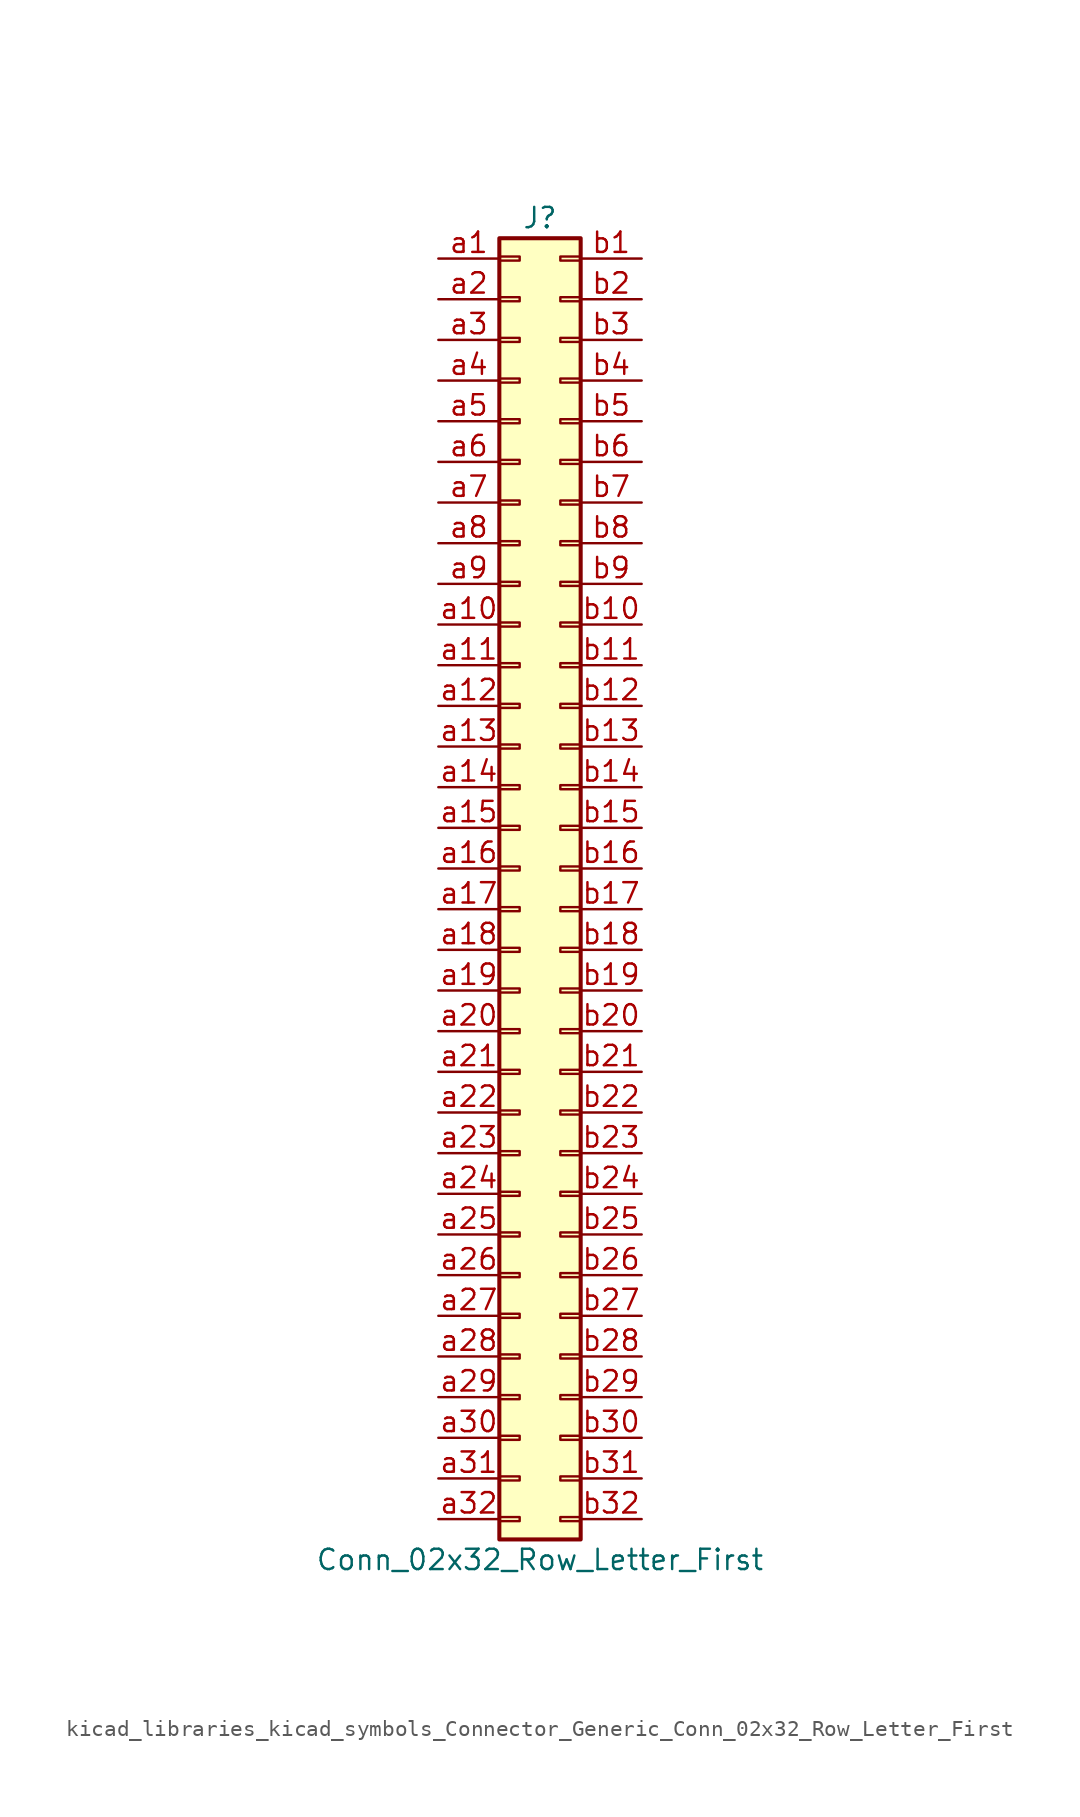
<source format=kicad_sym>
(kicad_symbol_lib
  (version 20220914)
  (generator kicad_symbol_editor)
  (symbol "kicad_libraries_kicad_symbols_Connector_Generic_Conn_02x32_Row_Letter_First"
    (pin_names
      (offset 1.016) hide)
    (property "Reference" "J"
      (at 1.27 40.64 0)
      (effects (font (size 1.27 1.27))))
    (property "Value" "Conn_02x32_Row_Letter_First"
      (at 1.27 -43.18 0)
      (effects (font (size 1.27 1.27))))
    (symbol "kicad_libraries_kicad_symbols_Connector_Generic_Conn_02x32_Row_Letter_First_1_1"
      (rectangle (start -1.27 -40.513) (end 0 -40.767) (stroke (width 0.152) (type default)) (fill (type none)))
      (rectangle (start -1.27 -37.973) (end 0 -38.227) (stroke (width 0.152) (type default)) (fill (type none)))
      (rectangle (start -1.27 -35.433) (end 0 -35.687) (stroke (width 0.152) (type default)) (fill (type none)))
      (rectangle (start -1.27 -32.893) (end 0 -33.147) (stroke (width 0.152) (type default)) (fill (type none)))
      (rectangle (start -1.27 -30.353) (end 0 -30.607) (stroke (width 0.152) (type default)) (fill (type none)))
      (rectangle (start -1.27 -27.813) (end 0 -28.067) (stroke (width 0.152) (type default)) (fill (type none)))
      (rectangle (start -1.27 -25.273) (end 0 -25.527) (stroke (width 0.152) (type default)) (fill (type none)))
      (rectangle (start -1.27 -22.733) (end 0 -22.987) (stroke (width 0.152) (type default)) (fill (type none)))
      (rectangle (start -1.27 -20.193) (end 0 -20.447) (stroke (width 0.152) (type default)) (fill (type none)))
      (rectangle (start -1.27 -17.653) (end 0 -17.907) (stroke (width 0.152) (type default)) (fill (type none)))
      (rectangle (start -1.27 -15.113) (end 0 -15.367) (stroke (width 0.152) (type default)) (fill (type none)))
      (rectangle (start -1.27 -12.573) (end 0 -12.827) (stroke (width 0.152) (type default)) (fill (type none)))
      (rectangle (start -1.27 -10.033) (end 0 -10.287) (stroke (width 0.152) (type default)) (fill (type none)))
      (rectangle (start -1.27 -7.493) (end 0 -7.747) (stroke (width 0.152) (type default)) (fill (type none)))
      (rectangle (start -1.27 -4.953) (end 0 -5.207) (stroke (width 0.152) (type default)) (fill (type none)))
      (rectangle (start -1.27 -2.413) (end 0 -2.667) (stroke (width 0.152) (type default)) (fill (type none)))
      (rectangle (start -1.27 0.127) (end 0 -0.127) (stroke (width 0.152) (type default)) (fill (type none)))
      (rectangle (start -1.27 2.667) (end 0 2.413) (stroke (width 0.152) (type default)) (fill (type none)))
      (rectangle (start -1.27 5.207) (end 0 4.953) (stroke (width 0.152) (type default)) (fill (type none)))
      (rectangle (start -1.27 7.747) (end 0 7.493) (stroke (width 0.152) (type default)) (fill (type none)))
      (rectangle (start -1.27 10.287) (end 0 10.033) (stroke (width 0.152) (type default)) (fill (type none)))
      (rectangle (start -1.27 12.827) (end 0 12.573) (stroke (width 0.152) (type default)) (fill (type none)))
      (rectangle (start -1.27 15.367) (end 0 15.113) (stroke (width 0.152) (type default)) (fill (type none)))
      (rectangle (start -1.27 17.907) (end 0 17.653) (stroke (width 0.152) (type default)) (fill (type none)))
      (rectangle (start -1.27 20.447) (end 0 20.193) (stroke (width 0.152) (type default)) (fill (type none)))
      (rectangle (start -1.27 22.987) (end 0 22.733) (stroke (width 0.152) (type default)) (fill (type none)))
      (rectangle (start -1.27 25.527) (end 0 25.273) (stroke (width 0.152) (type default)) (fill (type none)))
      (rectangle (start -1.27 28.067) (end 0 27.813) (stroke (width 0.152) (type default)) (fill (type none)))
      (rectangle (start -1.27 30.607) (end 0 30.353) (stroke (width 0.152) (type default)) (fill (type none)))
      (rectangle (start -1.27 33.147) (end 0 32.893) (stroke (width 0.152) (type default)) (fill (type none)))
      (rectangle (start -1.27 35.687) (end 0 35.433) (stroke (width 0.152) (type default)) (fill (type none)))
      (rectangle (start -1.27 38.227) (end 0 37.973) (stroke (width 0.152) (type default)) (fill (type none)))
      (rectangle (start -1.27 39.37) (end 3.81 -41.91) (stroke (width 0.254) (type default)) (fill (type background)))
      (rectangle (start 3.81 -40.513) (end 2.54 -40.767) (stroke (width 0.152) (type default)) (fill (type none)))
      (rectangle (start 3.81 -37.973) (end 2.54 -38.227) (stroke (width 0.152) (type default)) (fill (type none)))
      (rectangle (start 3.81 -35.433) (end 2.54 -35.687) (stroke (width 0.152) (type default)) (fill (type none)))
      (rectangle (start 3.81 -32.893) (end 2.54 -33.147) (stroke (width 0.152) (type default)) (fill (type none)))
      (rectangle (start 3.81 -30.353) (end 2.54 -30.607) (stroke (width 0.152) (type default)) (fill (type none)))
      (rectangle (start 3.81 -27.813) (end 2.54 -28.067) (stroke (width 0.152) (type default)) (fill (type none)))
      (rectangle (start 3.81 -25.273) (end 2.54 -25.527) (stroke (width 0.152) (type default)) (fill (type none)))
      (rectangle (start 3.81 -22.733) (end 2.54 -22.987) (stroke (width 0.152) (type default)) (fill (type none)))
      (rectangle (start 3.81 -20.193) (end 2.54 -20.447) (stroke (width 0.152) (type default)) (fill (type none)))
      (rectangle (start 3.81 -17.653) (end 2.54 -17.907) (stroke (width 0.152) (type default)) (fill (type none)))
      (rectangle (start 3.81 -15.113) (end 2.54 -15.367) (stroke (width 0.152) (type default)) (fill (type none)))
      (rectangle (start 3.81 -12.573) (end 2.54 -12.827) (stroke (width 0.152) (type default)) (fill (type none)))
      (rectangle (start 3.81 -10.033) (end 2.54 -10.287) (stroke (width 0.152) (type default)) (fill (type none)))
      (rectangle (start 3.81 -7.493) (end 2.54 -7.747) (stroke (width 0.152) (type default)) (fill (type none)))
      (rectangle (start 3.81 -4.953) (end 2.54 -5.207) (stroke (width 0.152) (type default)) (fill (type none)))
      (rectangle (start 3.81 -2.413) (end 2.54 -2.667) (stroke (width 0.152) (type default)) (fill (type none)))
      (rectangle (start 3.81 0.127) (end 2.54 -0.127) (stroke (width 0.152) (type default)) (fill (type none)))
      (rectangle (start 3.81 2.667) (end 2.54 2.413) (stroke (width 0.152) (type default)) (fill (type none)))
      (rectangle (start 3.81 5.207) (end 2.54 4.953) (stroke (width 0.152) (type default)) (fill (type none)))
      (rectangle (start 3.81 7.747) (end 2.54 7.493) (stroke (width 0.152) (type default)) (fill (type none)))
      (rectangle (start 3.81 10.287) (end 2.54 10.033) (stroke (width 0.152) (type default)) (fill (type none)))
      (rectangle (start 3.81 12.827) (end 2.54 12.573) (stroke (width 0.152) (type default)) (fill (type none)))
      (rectangle (start 3.81 15.367) (end 2.54 15.113) (stroke (width 0.152) (type default)) (fill (type none)))
      (rectangle (start 3.81 17.907) (end 2.54 17.653) (stroke (width 0.152) (type default)) (fill (type none)))
      (rectangle (start 3.81 20.447) (end 2.54 20.193) (stroke (width 0.152) (type default)) (fill (type none)))
      (rectangle (start 3.81 22.987) (end 2.54 22.733) (stroke (width 0.152) (type default)) (fill (type none)))
      (rectangle (start 3.81 25.527) (end 2.54 25.273) (stroke (width 0.152) (type default)) (fill (type none)))
      (rectangle (start 3.81 28.067) (end 2.54 27.813) (stroke (width 0.152) (type default)) (fill (type none)))
      (rectangle (start 3.81 30.607) (end 2.54 30.353) (stroke (width 0.152) (type default)) (fill (type none)))
      (rectangle (start 3.81 33.147) (end 2.54 32.893) (stroke (width 0.152) (type default)) (fill (type none)))
      (rectangle (start 3.81 35.687) (end 2.54 35.433) (stroke (width 0.152) (type default)) (fill (type none)))
      (rectangle (start 3.81 38.227) (end 2.54 37.973) (stroke (width 0.152) (type default)) (fill (type none)))
      (pin passive line (at -5.08 38.1 0) (length 3.81) (name "Pin_a1" (effects (font (size 1.27 1.27)))) (number "a1" (effects (font (size 1.27 1.27)))))
      (pin passive line (at -5.08 15.24 0) (length 3.81) (name "Pin_a10" (effects (font (size 1.27 1.27)))) (number "a10" (effects (font (size 1.27 1.27)))))
      (pin passive line (at -5.08 12.7 0) (length 3.81) (name "Pin_a11" (effects (font (size 1.27 1.27)))) (number "a11" (effects (font (size 1.27 1.27)))))
      (pin passive line (at -5.08 10.16 0) (length 3.81) (name "Pin_a12" (effects (font (size 1.27 1.27)))) (number "a12" (effects (font (size 1.27 1.27)))))
      (pin passive line (at -5.08 7.62 0) (length 3.81) (name "Pin_a13" (effects (font (size 1.27 1.27)))) (number "a13" (effects (font (size 1.27 1.27)))))
      (pin passive line (at -5.08 5.08 0) (length 3.81) (name "Pin_a14" (effects (font (size 1.27 1.27)))) (number "a14" (effects (font (size 1.27 1.27)))))
      (pin passive line (at -5.08 2.54 0) (length 3.81) (name "Pin_a15" (effects (font (size 1.27 1.27)))) (number "a15" (effects (font (size 1.27 1.27)))))
      (pin passive line (at -5.08 0 0) (length 3.81) (name "Pin_a16" (effects (font (size 1.27 1.27)))) (number "a16" (effects (font (size 1.27 1.27)))))
      (pin passive line (at -5.08 -2.54 0) (length 3.81) (name "Pin_a17" (effects (font (size 1.27 1.27)))) (number "a17" (effects (font (size 1.27 1.27)))))
      (pin passive line (at -5.08 -5.08 0) (length 3.81) (name "Pin_a18" (effects (font (size 1.27 1.27)))) (number "a18" (effects (font (size 1.27 1.27)))))
      (pin passive line (at -5.08 -7.62 0) (length 3.81) (name "Pin_a19" (effects (font (size 1.27 1.27)))) (number "a19" (effects (font (size 1.27 1.27)))))
      (pin passive line (at -5.08 35.56 0) (length 3.81) (name "Pin_a2" (effects (font (size 1.27 1.27)))) (number "a2" (effects (font (size 1.27 1.27)))))
      (pin passive line (at -5.08 -10.16 0) (length 3.81) (name "Pin_a20" (effects (font (size 1.27 1.27)))) (number "a20" (effects (font (size 1.27 1.27)))))
      (pin passive line (at -5.08 -12.7 0) (length 3.81) (name "Pin_a21" (effects (font (size 1.27 1.27)))) (number "a21" (effects (font (size 1.27 1.27)))))
      (pin passive line (at -5.08 -15.24 0) (length 3.81) (name "Pin_a22" (effects (font (size 1.27 1.27)))) (number "a22" (effects (font (size 1.27 1.27)))))
      (pin passive line (at -5.08 -17.78 0) (length 3.81) (name "Pin_a23" (effects (font (size 1.27 1.27)))) (number "a23" (effects (font (size 1.27 1.27)))))
      (pin passive line (at -5.08 -20.32 0) (length 3.81) (name "Pin_a24" (effects (font (size 1.27 1.27)))) (number "a24" (effects (font (size 1.27 1.27)))))
      (pin passive line (at -5.08 -22.86 0) (length 3.81) (name "Pin_a25" (effects (font (size 1.27 1.27)))) (number "a25" (effects (font (size 1.27 1.27)))))
      (pin passive line (at -5.08 -25.4 0) (length 3.81) (name "Pin_a26" (effects (font (size 1.27 1.27)))) (number "a26" (effects (font (size 1.27 1.27)))))
      (pin passive line (at -5.08 -27.94 0) (length 3.81) (name "Pin_a27" (effects (font (size 1.27 1.27)))) (number "a27" (effects (font (size 1.27 1.27)))))
      (pin passive line (at -5.08 -30.48 0) (length 3.81) (name "Pin_a28" (effects (font (size 1.27 1.27)))) (number "a28" (effects (font (size 1.27 1.27)))))
      (pin passive line (at -5.08 -33.02 0) (length 3.81) (name "Pin_a29" (effects (font (size 1.27 1.27)))) (number "a29" (effects (font (size 1.27 1.27)))))
      (pin passive line (at -5.08 33.02 0) (length 3.81) (name "Pin_a3" (effects (font (size 1.27 1.27)))) (number "a3" (effects (font (size 1.27 1.27)))))
      (pin passive line (at -5.08 -35.56 0) (length 3.81) (name "Pin_a30" (effects (font (size 1.27 1.27)))) (number "a30" (effects (font (size 1.27 1.27)))))
      (pin passive line (at -5.08 -38.1 0) (length 3.81) (name "Pin_a31" (effects (font (size 1.27 1.27)))) (number "a31" (effects (font (size 1.27 1.27)))))
      (pin passive line (at -5.08 -40.64 0) (length 3.81) (name "Pin_a32" (effects (font (size 1.27 1.27)))) (number "a32" (effects (font (size 1.27 1.27)))))
      (pin passive line (at -5.08 30.48 0) (length 3.81) (name "Pin_a4" (effects (font (size 1.27 1.27)))) (number "a4" (effects (font (size 1.27 1.27)))))
      (pin passive line (at -5.08 27.94 0) (length 3.81) (name "Pin_a5" (effects (font (size 1.27 1.27)))) (number "a5" (effects (font (size 1.27 1.27)))))
      (pin passive line (at -5.08 25.4 0) (length 3.81) (name "Pin_a6" (effects (font (size 1.27 1.27)))) (number "a6" (effects (font (size 1.27 1.27)))))
      (pin passive line (at -5.08 22.86 0) (length 3.81) (name "Pin_a7" (effects (font (size 1.27 1.27)))) (number "a7" (effects (font (size 1.27 1.27)))))
      (pin passive line (at -5.08 20.32 0) (length 3.81) (name "Pin_a8" (effects (font (size 1.27 1.27)))) (number "a8" (effects (font (size 1.27 1.27)))))
      (pin passive line (at -5.08 17.78 0) (length 3.81) (name "Pin_a9" (effects (font (size 1.27 1.27)))) (number "a9" (effects (font (size 1.27 1.27)))))
      (pin passive line (at 7.62 38.1 180) (length 3.81) (name "Pin_b1" (effects (font (size 1.27 1.27)))) (number "b1" (effects (font (size 1.27 1.27)))))
      (pin passive line (at 7.62 15.24 180) (length 3.81) (name "Pin_b10" (effects (font (size 1.27 1.27)))) (number "b10" (effects (font (size 1.27 1.27)))))
      (pin passive line (at 7.62 12.7 180) (length 3.81) (name "Pin_b11" (effects (font (size 1.27 1.27)))) (number "b11" (effects (font (size 1.27 1.27)))))
      (pin passive line (at 7.62 10.16 180) (length 3.81) (name "Pin_b12" (effects (font (size 1.27 1.27)))) (number "b12" (effects (font (size 1.27 1.27)))))
      (pin passive line (at 7.62 7.62 180) (length 3.81) (name "Pin_b13" (effects (font (size 1.27 1.27)))) (number "b13" (effects (font (size 1.27 1.27)))))
      (pin passive line (at 7.62 5.08 180) (length 3.81) (name "Pin_b14" (effects (font (size 1.27 1.27)))) (number "b14" (effects (font (size 1.27 1.27)))))
      (pin passive line (at 7.62 2.54 180) (length 3.81) (name "Pin_b15" (effects (font (size 1.27 1.27)))) (number "b15" (effects (font (size 1.27 1.27)))))
      (pin passive line (at 7.62 0 180) (length 3.81) (name "Pin_b16" (effects (font (size 1.27 1.27)))) (number "b16" (effects (font (size 1.27 1.27)))))
      (pin passive line (at 7.62 -2.54 180) (length 3.81) (name "Pin_b17" (effects (font (size 1.27 1.27)))) (number "b17" (effects (font (size 1.27 1.27)))))
      (pin passive line (at 7.62 -5.08 180) (length 3.81) (name "Pin_b18" (effects (font (size 1.27 1.27)))) (number "b18" (effects (font (size 1.27 1.27)))))
      (pin passive line (at 7.62 -7.62 180) (length 3.81) (name "Pin_b19" (effects (font (size 1.27 1.27)))) (number "b19" (effects (font (size 1.27 1.27)))))
      (pin passive line (at 7.62 35.56 180) (length 3.81) (name "Pin_b2" (effects (font (size 1.27 1.27)))) (number "b2" (effects (font (size 1.27 1.27)))))
      (pin passive line (at 7.62 -10.16 180) (length 3.81) (name "Pin_b20" (effects (font (size 1.27 1.27)))) (number "b20" (effects (font (size 1.27 1.27)))))
      (pin passive line (at 7.62 -12.7 180) (length 3.81) (name "Pin_b21" (effects (font (size 1.27 1.27)))) (number "b21" (effects (font (size 1.27 1.27)))))
      (pin passive line (at 7.62 -15.24 180) (length 3.81) (name "Pin_b22" (effects (font (size 1.27 1.27)))) (number "b22" (effects (font (size 1.27 1.27)))))
      (pin passive line (at 7.62 -17.78 180) (length 3.81) (name "Pin_b23" (effects (font (size 1.27 1.27)))) (number "b23" (effects (font (size 1.27 1.27)))))
      (pin passive line (at 7.62 -20.32 180) (length 3.81) (name "Pin_b24" (effects (font (size 1.27 1.27)))) (number "b24" (effects (font (size 1.27 1.27)))))
      (pin passive line (at 7.62 -22.86 180) (length 3.81) (name "Pin_b25" (effects (font (size 1.27 1.27)))) (number "b25" (effects (font (size 1.27 1.27)))))
      (pin passive line (at 7.62 -25.4 180) (length 3.81) (name "Pin_b26" (effects (font (size 1.27 1.27)))) (number "b26" (effects (font (size 1.27 1.27)))))
      (pin passive line (at 7.62 -27.94 180) (length 3.81) (name "Pin_b27" (effects (font (size 1.27 1.27)))) (number "b27" (effects (font (size 1.27 1.27)))))
      (pin passive line (at 7.62 -30.48 180) (length 3.81) (name "Pin_b28" (effects (font (size 1.27 1.27)))) (number "b28" (effects (font (size 1.27 1.27)))))
      (pin passive line (at 7.62 -33.02 180) (length 3.81) (name "Pin_b29" (effects (font (size 1.27 1.27)))) (number "b29" (effects (font (size 1.27 1.27)))))
      (pin passive line (at 7.62 33.02 180) (length 3.81) (name "Pin_b3" (effects (font (size 1.27 1.27)))) (number "b3" (effects (font (size 1.27 1.27)))))
      (pin passive line (at 7.62 -35.56 180) (length 3.81) (name "Pin_b30" (effects (font (size 1.27 1.27)))) (number "b30" (effects (font (size 1.27 1.27)))))
      (pin passive line (at 7.62 -38.1 180) (length 3.81) (name "Pin_b31" (effects (font (size 1.27 1.27)))) (number "b31" (effects (font (size 1.27 1.27)))))
      (pin passive line (at 7.62 -40.64 180) (length 3.81) (name "Pin_b32" (effects (font (size 1.27 1.27)))) (number "b32" (effects (font (size 1.27 1.27)))))
      (pin passive line (at 7.62 30.48 180) (length 3.81) (name "Pin_b4" (effects (font (size 1.27 1.27)))) (number "b4" (effects (font (size 1.27 1.27)))))
      (pin passive line (at 7.62 27.94 180) (length 3.81) (name "Pin_b5" (effects (font (size 1.27 1.27)))) (number "b5" (effects (font (size 1.27 1.27)))))
      (pin passive line (at 7.62 25.4 180) (length 3.81) (name "Pin_b6" (effects (font (size 1.27 1.27)))) (number "b6" (effects (font (size 1.27 1.27)))))
      (pin passive line (at 7.62 22.86 180) (length 3.81) (name "Pin_b7" (effects (font (size 1.27 1.27)))) (number "b7" (effects (font (size 1.27 1.27)))))
      (pin passive line (at 7.62 20.32 180) (length 3.81) (name "Pin_b8" (effects (font (size 1.27 1.27)))) (number "b8" (effects (font (size 1.27 1.27)))))
      (pin passive line (at 7.62 17.78 180) (length 3.81) (name "Pin_b9" (effects (font (size 1.27 1.27)))) (number "b9" (effects (font (size 1.27 1.27))))))))
</source>
